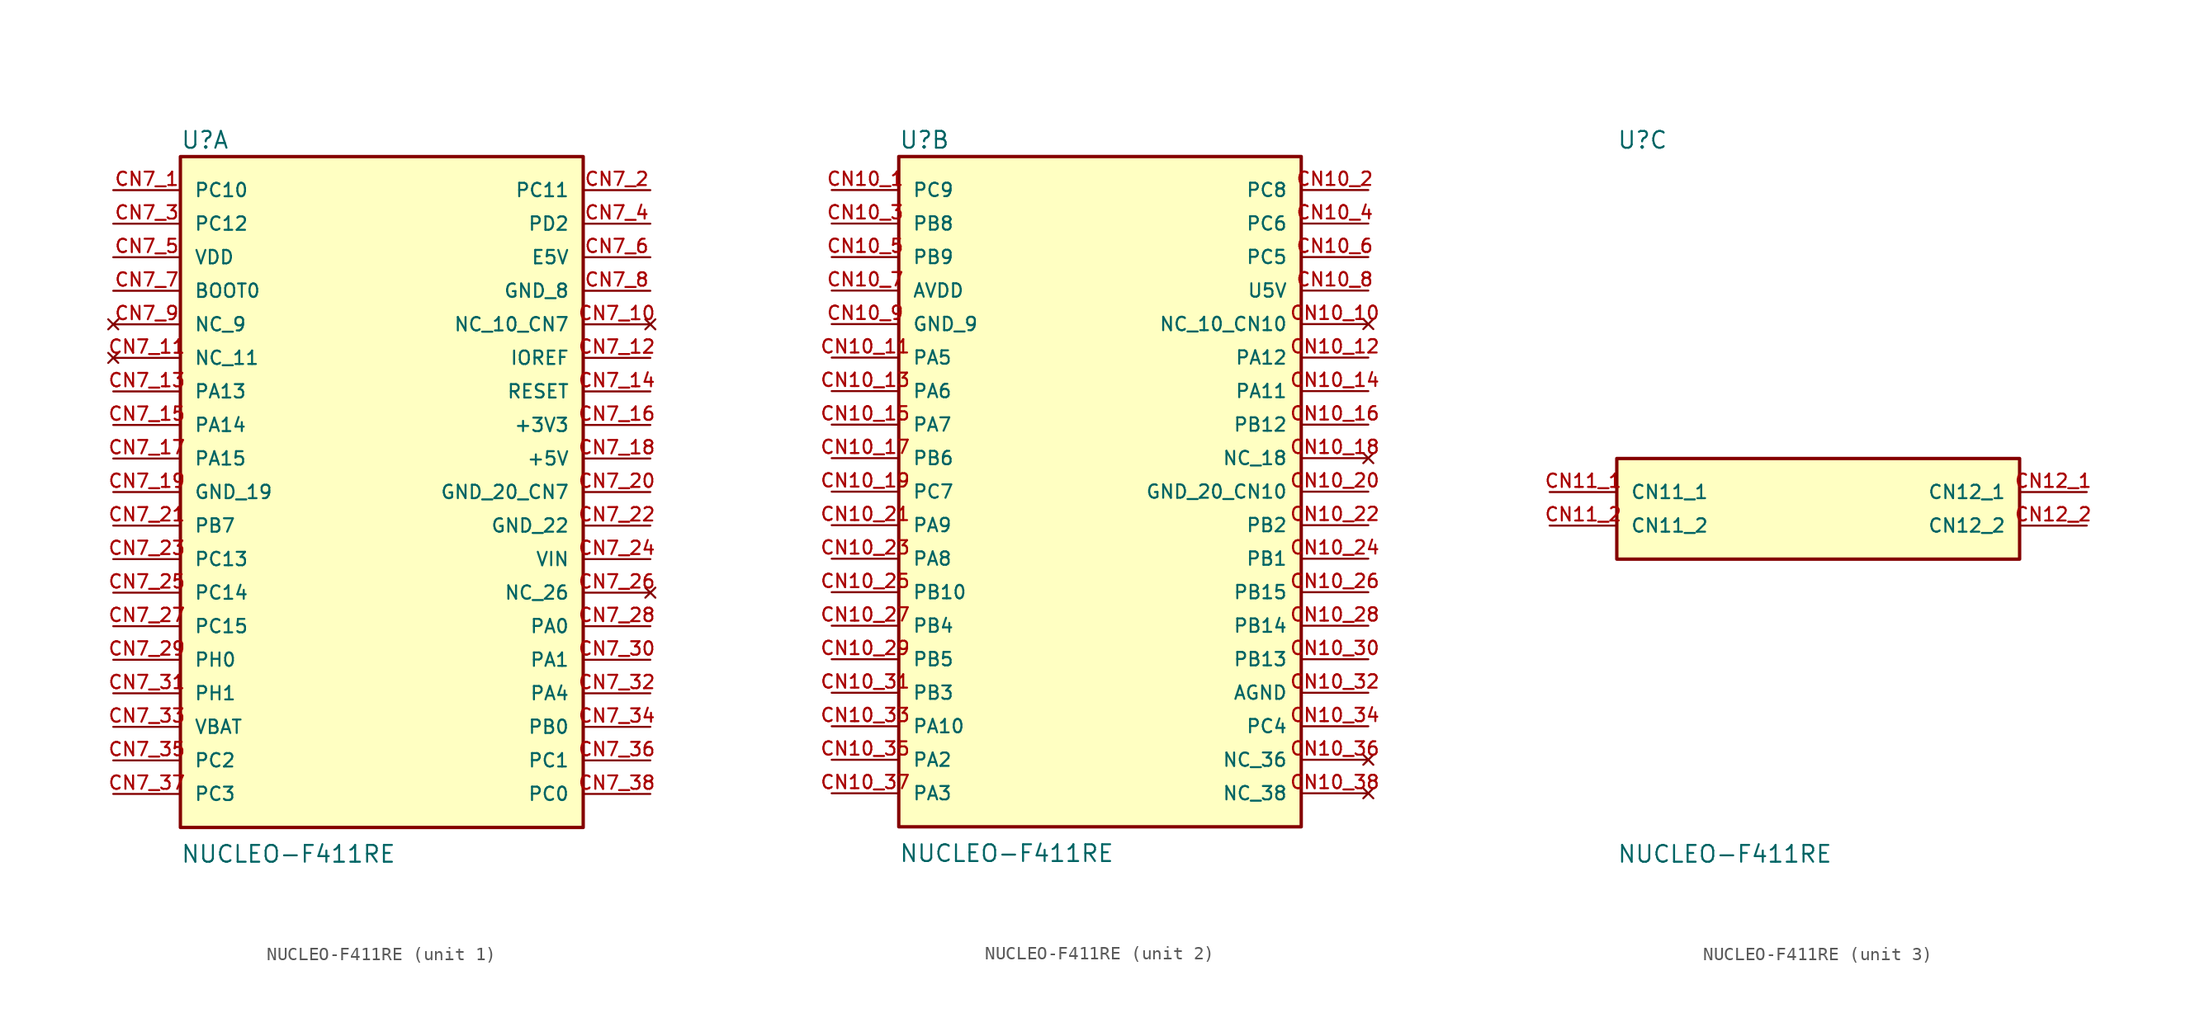
<source format=kicad_sym>
(kicad_symbol_lib
  (version 20211014)
  (generator kicad_symbol_editor)
  (symbol "NUCLEO-F411RE"
    (pin_names
      (offset 1.016))
    (property "Reference" "U"
      (at -15.24 25.908 0)
      (effects (font (size 1.27 1.27)) (justify bottom left)))
    (property "Value" "NUCLEO-F411RE"
      (at -15.24 -26.67 0.0)
      (effects (font (size 1.27 1.27)) (justify top left)))
    (symbol "NUCLEO-F411RE_1_0"
      (rectangle (start -15.24 -25.4) (end 15.24 25.4) (stroke (width 0.254)) (fill (type background)))
      (pin bidirectional line (at -20.32 22.86 0) (length 5.08) (name "PC10" (effects (font (size 1.016 1.016)))) (number "CN7_1" (effects (font (size 1.016 1.016)))))
      (pin bidirectional line (at 20.32 22.86 180.0) (length 5.08) (name "PC11" (effects (font (size 1.016 1.016)))) (number "CN7_2" (effects (font (size 1.016 1.016)))))
      (pin bidirectional line (at -20.32 20.32 0) (length 5.08) (name "PC12" (effects (font (size 1.016 1.016)))) (number "CN7_3" (effects (font (size 1.016 1.016)))))
      (pin bidirectional line (at 20.32 20.32 180.0) (length 5.08) (name "PD2" (effects (font (size 1.016 1.016)))) (number "CN7_4" (effects (font (size 1.016 1.016)))))
      (pin power_in line (at -20.32 17.78 0) (length 5.08) (name "VDD" (effects (font (size 1.016 1.016)))) (number "CN7_5" (effects (font (size 1.016 1.016)))))
      (pin power_in line (at 20.32 17.78 180.0) (length 5.08) (name "E5V" (effects (font (size 1.016 1.016)))) (number "CN7_6" (effects (font (size 1.016 1.016)))))
      (pin bidirectional line (at -20.32 15.24 0) (length 5.08) (name "BOOT0" (effects (font (size 1.016 1.016)))) (number "CN7_7" (effects (font (size 1.016 1.016)))))
      (pin power_in line (at 20.32 15.24 180.0) (length 5.08) (name "GND_8" (effects (font (size 1.016 1.016)))) (number "CN7_8" (effects (font (size 1.016 1.016)))))
      (pin no_connect line (at -20.32 12.7 0) (length 5.08) (name "NC_9" (effects (font (size 1.016 1.016)))) (number "CN7_9" (effects (font (size 1.016 1.016)))))
      (pin no_connect line (at 20.32 12.7 180.0) (length 5.08) (name "NC_10_CN7" (effects (font (size 1.016 1.016)))) (number "CN7_10" (effects (font (size 1.016 1.016)))))
      (pin no_connect line (at -20.32 10.16 0) (length 5.08) (name "NC_11" (effects (font (size 1.016 1.016)))) (number "CN7_11" (effects (font (size 1.016 1.016)))))
      (pin bidirectional line (at 20.32 10.16 180.0) (length 5.08) (name "IOREF" (effects (font (size 1.016 1.016)))) (number "CN7_12" (effects (font (size 1.016 1.016)))))
      (pin bidirectional line (at -20.32 7.62 0) (length 5.08) (name "PA13" (effects (font (size 1.016 1.016)))) (number "CN7_13" (effects (font (size 1.016 1.016)))))
      (pin bidirectional line (at 20.32 7.62 180.0) (length 5.08) (name "RESET" (effects (font (size 1.016 1.016)))) (number "CN7_14" (effects (font (size 1.016 1.016)))))
      (pin bidirectional line (at -20.32 5.08 0) (length 5.08) (name "PA14" (effects (font (size 1.016 1.016)))) (number "CN7_15" (effects (font (size 1.016 1.016)))))
      (pin power_in line (at 20.32 5.08 180.0) (length 5.08) (name "+3V3" (effects (font (size 1.016 1.016)))) (number "CN7_16" (effects (font (size 1.016 1.016)))))
      (pin bidirectional line (at -20.32 2.54 0) (length 5.08) (name "PA15" (effects (font (size 1.016 1.016)))) (number "CN7_17" (effects (font (size 1.016 1.016)))))
      (pin power_in line (at 20.32 2.54 180.0) (length 5.08) (name "+5V" (effects (font (size 1.016 1.016)))) (number "CN7_18" (effects (font (size 1.016 1.016)))))
      (pin power_in line (at -20.32 0.0 0) (length 5.08) (name "GND_19" (effects (font (size 1.016 1.016)))) (number "CN7_19" (effects (font (size 1.016 1.016)))))
      (pin power_in line (at 20.32 0.0 180.0) (length 5.08) (name "GND_20_CN7" (effects (font (size 1.016 1.016)))) (number "CN7_20" (effects (font (size 1.016 1.016)))))
      (pin bidirectional line (at -20.32 -2.54 0) (length 5.08) (name "PB7" (effects (font (size 1.016 1.016)))) (number "CN7_21" (effects (font (size 1.016 1.016)))))
      (pin power_in line (at 20.32 -2.54 180.0) (length 5.08) (name "GND_22" (effects (font (size 1.016 1.016)))) (number "CN7_22" (effects (font (size 1.016 1.016)))))
      (pin bidirectional line (at -20.32 -5.08 0) (length 5.08) (name "PC13" (effects (font (size 1.016 1.016)))) (number "CN7_23" (effects (font (size 1.016 1.016)))))
      (pin bidirectional line (at 20.32 -5.08 180.0) (length 5.08) (name "VIN" (effects (font (size 1.016 1.016)))) (number "CN7_24" (effects (font (size 1.016 1.016)))))
      (pin bidirectional line (at -20.32 -7.62 0) (length 5.08) (name "PC14" (effects (font (size 1.016 1.016)))) (number "CN7_25" (effects (font (size 1.016 1.016)))))
      (pin no_connect line (at 20.32 -7.62 180.0) (length 5.08) (name "NC_26" (effects (font (size 1.016 1.016)))) (number "CN7_26" (effects (font (size 1.016 1.016)))))
      (pin bidirectional line (at -20.32 -10.16 0) (length 5.08) (name "PC15" (effects (font (size 1.016 1.016)))) (number "CN7_27" (effects (font (size 1.016 1.016)))))
      (pin bidirectional line (at 20.32 -10.16 180.0) (length 5.08) (name "PA0" (effects (font (size 1.016 1.016)))) (number "CN7_28" (effects (font (size 1.016 1.016)))))
      (pin bidirectional line (at -20.32 -12.7 0) (length 5.08) (name "PH0" (effects (font (size 1.016 1.016)))) (number "CN7_29" (effects (font (size 1.016 1.016)))))
      (pin bidirectional line (at 20.32 -12.7 180.0) (length 5.08) (name "PA1" (effects (font (size 1.016 1.016)))) (number "CN7_30" (effects (font (size 1.016 1.016)))))
      (pin bidirectional line (at -20.32 -15.24 0) (length 5.08) (name "PH1" (effects (font (size 1.016 1.016)))) (number "CN7_31" (effects (font (size 1.016 1.016)))))
      (pin bidirectional line (at 20.32 -15.24 180.0) (length 5.08) (name "PA4" (effects (font (size 1.016 1.016)))) (number "CN7_32" (effects (font (size 1.016 1.016)))))
      (pin power_in line (at -20.32 -17.78 0) (length 5.08) (name "VBAT" (effects (font (size 1.016 1.016)))) (number "CN7_33" (effects (font (size 1.016 1.016)))))
      (pin bidirectional line (at 20.32 -17.78 180.0) (length 5.08) (name "PB0" (effects (font (size 1.016 1.016)))) (number "CN7_34" (effects (font (size 1.016 1.016)))))
      (pin bidirectional line (at -20.32 -20.32 0) (length 5.08) (name "PC2" (effects (font (size 1.016 1.016)))) (number "CN7_35" (effects (font (size 1.016 1.016)))))
      (pin bidirectional line (at 20.32 -20.32 180.0) (length 5.08) (name "PC1" (effects (font (size 1.016 1.016)))) (number "CN7_36" (effects (font (size 1.016 1.016)))))
      (pin bidirectional line (at -20.32 -22.86 0) (length 5.08) (name "PC3" (effects (font (size 1.016 1.016)))) (number "CN7_37" (effects (font (size 1.016 1.016)))))
      (pin bidirectional line (at 20.32 -22.86 180.0) (length 5.08) (name "PC0" (effects (font (size 1.016 1.016)))) (number "CN7_38" (effects (font (size 1.016 1.016))))))
    (symbol "NUCLEO-F411RE_2_0"
      (rectangle (start -15.24 -25.4) (end 15.24 25.4) (stroke (width 0.254)) (fill (type background)))
      (pin bidirectional line (at -20.32 22.86 0) (length 5.08) (name "PC9" (effects (font (size 1.016 1.016)))) (number "CN10_1" (effects (font (size 1.016 1.016)))))
      (pin bidirectional line (at 20.32 22.86 180.0) (length 5.08) (name "PC8" (effects (font (size 1.016 1.016)))) (number "CN10_2" (effects (font (size 1.016 1.016)))))
      (pin bidirectional line (at -20.32 20.32 0) (length 5.08) (name "PB8" (effects (font (size 1.016 1.016)))) (number "CN10_3" (effects (font (size 1.016 1.016)))))
      (pin bidirectional line (at 20.32 20.32 180.0) (length 5.08) (name "PC6" (effects (font (size 1.016 1.016)))) (number "CN10_4" (effects (font (size 1.016 1.016)))))
      (pin bidirectional line (at -20.32 17.78 0) (length 5.08) (name "PB9" (effects (font (size 1.016 1.016)))) (number "CN10_5" (effects (font (size 1.016 1.016)))))
      (pin bidirectional line (at 20.32 17.78 180.0) (length 5.08) (name "PC5" (effects (font (size 1.016 1.016)))) (number "CN10_6" (effects (font (size 1.016 1.016)))))
      (pin power_in line (at -20.32 15.24 0) (length 5.08) (name "AVDD" (effects (font (size 1.016 1.016)))) (number "CN10_7" (effects (font (size 1.016 1.016)))))
      (pin power_in line (at 20.32 15.24 180.0) (length 5.08) (name "U5V" (effects (font (size 1.016 1.016)))) (number "CN10_8" (effects (font (size 1.016 1.016)))))
      (pin power_in line (at -20.32 12.7 0) (length 5.08) (name "GND_9" (effects (font (size 1.016 1.016)))) (number "CN10_9" (effects (font (size 1.016 1.016)))))
      (pin bidirectional line (at -20.32 10.16 0) (length 5.08) (name "PA5" (effects (font (size 1.016 1.016)))) (number "CN10_11" (effects (font (size 1.016 1.016)))))
      (pin bidirectional line (at 20.32 10.16 180.0) (length 5.08) (name "PA12" (effects (font (size 1.016 1.016)))) (number "CN10_12" (effects (font (size 1.016 1.016)))))
      (pin bidirectional line (at -20.32 7.62 0) (length 5.08) (name "PA6" (effects (font (size 1.016 1.016)))) (number "CN10_13" (effects (font (size 1.016 1.016)))))
      (pin bidirectional line (at 20.32 7.62 180.0) (length 5.08) (name "PA11" (effects (font (size 1.016 1.016)))) (number "CN10_14" (effects (font (size 1.016 1.016)))))
      (pin bidirectional line (at -20.32 5.08 0) (length 5.08) (name "PA7" (effects (font (size 1.016 1.016)))) (number "CN10_15" (effects (font (size 1.016 1.016)))))
      (pin bidirectional line (at 20.32 5.08 180.0) (length 5.08) (name "PB12" (effects (font (size 1.016 1.016)))) (number "CN10_16" (effects (font (size 1.016 1.016)))))
      (pin bidirectional line (at -20.32 2.54 0) (length 5.08) (name "PB6" (effects (font (size 1.016 1.016)))) (number "CN10_17" (effects (font (size 1.016 1.016)))))
      (pin bidirectional line (at -20.32 0.0 0) (length 5.08) (name "PC7" (effects (font (size 1.016 1.016)))) (number "CN10_19" (effects (font (size 1.016 1.016)))))
      (pin bidirectional line (at -20.32 -2.54 0) (length 5.08) (name "PA9" (effects (font (size 1.016 1.016)))) (number "CN10_21" (effects (font (size 1.016 1.016)))))
      (pin bidirectional line (at 20.32 -2.54 180.0) (length 5.08) (name "PB2" (effects (font (size 1.016 1.016)))) (number "CN10_22" (effects (font (size 1.016 1.016)))))
      (pin bidirectional line (at -20.32 -5.08 0) (length 5.08) (name "PA8" (effects (font (size 1.016 1.016)))) (number "CN10_23" (effects (font (size 1.016 1.016)))))
      (pin bidirectional line (at 20.32 -5.08 180.0) (length 5.08) (name "PB1" (effects (font (size 1.016 1.016)))) (number "CN10_24" (effects (font (size 1.016 1.016)))))
      (pin bidirectional line (at -20.32 -7.62 0) (length 5.08) (name "PB10" (effects (font (size 1.016 1.016)))) (number "CN10_25" (effects (font (size 1.016 1.016)))))
      (pin bidirectional line (at 20.32 -7.62 180.0) (length 5.08) (name "PB15" (effects (font (size 1.016 1.016)))) (number "CN10_26" (effects (font (size 1.016 1.016)))))
      (pin bidirectional line (at -20.32 -10.16 0) (length 5.08) (name "PB4" (effects (font (size 1.016 1.016)))) (number "CN10_27" (effects (font (size 1.016 1.016)))))
      (pin bidirectional line (at 20.32 -10.16 180.0) (length 5.08) (name "PB14" (effects (font (size 1.016 1.016)))) (number "CN10_28" (effects (font (size 1.016 1.016)))))
      (pin bidirectional line (at -20.32 -12.7 0) (length 5.08) (name "PB5" (effects (font (size 1.016 1.016)))) (number "CN10_29" (effects (font (size 1.016 1.016)))))
      (pin bidirectional line (at 20.32 -12.7 180.0) (length 5.08) (name "PB13" (effects (font (size 1.016 1.016)))) (number "CN10_30" (effects (font (size 1.016 1.016)))))
      (pin bidirectional line (at -20.32 -15.24 0) (length 5.08) (name "PB3" (effects (font (size 1.016 1.016)))) (number "CN10_31" (effects (font (size 1.016 1.016)))))
      (pin power_in line (at 20.32 -15.24 180.0) (length 5.08) (name "AGND" (effects (font (size 1.016 1.016)))) (number "CN10_32" (effects (font (size 1.016 1.016)))))
      (pin bidirectional line (at -20.32 -17.78 0) (length 5.08) (name "PA10" (effects (font (size 1.016 1.016)))) (number "CN10_33" (effects (font (size 1.016 1.016)))))
      (pin bidirectional line (at 20.32 -17.78 180.0) (length 5.08) (name "PC4" (effects (font (size 1.016 1.016)))) (number "CN10_34" (effects (font (size 1.016 1.016)))))
      (pin bidirectional line (at -20.32 -20.32 0) (length 5.08) (name "PA2" (effects (font (size 1.016 1.016)))) (number "CN10_35" (effects (font (size 1.016 1.016)))))
      (pin bidirectional line (at -20.32 -22.86 0) (length 5.08) (name "PA3" (effects (font (size 1.016 1.016)))) (number "CN10_37" (effects (font (size 1.016 1.016)))))
      (pin no_connect line (at 20.32 12.7 180.0) (length 5.08) (name "NC_10_CN10" (effects (font (size 1.016 1.016)))) (number "CN10_10" (effects (font (size 1.016 1.016)))))
      (pin no_connect line (at 20.32 2.54 180.0) (length 5.08) (name "NC_18" (effects (font (size 1.016 1.016)))) (number "CN10_18" (effects (font (size 1.016 1.016)))))
      (pin power_in line (at 20.32 0.0 180.0) (length 5.08) (name "GND_20_CN10" (effects (font (size 1.016 1.016)))) (number "CN10_20" (effects (font (size 1.016 1.016)))))
      (pin no_connect line (at 20.32 -20.32 180.0) (length 5.08) (name "NC_36" (effects (font (size 1.016 1.016)))) (number "CN10_36" (effects (font (size 1.016 1.016)))))
      (pin no_connect line (at 20.32 -22.86 180.0) (length 5.08) (name "NC_38" (effects (font (size 1.016 1.016)))) (number "CN10_38" (effects (font (size 1.016 1.016))))))
    (symbol "NUCLEO-F411RE_3_0"
      (rectangle (start -15.24 -5.08) (end 15.24 2.54) (stroke (width 0.254)) (fill (type background)))
      (pin passive line (at -20.32 0.0 0) (length 5.08) (name "CN11_1" (effects (font (size 1.016 1.016)))) (number "CN11_1" (effects (font (size 1.016 1.016)))))
      (pin passive line (at -20.32 -2.54 0) (length 5.08) (name "CN11_2" (effects (font (size 1.016 1.016)))) (number "CN11_2" (effects (font (size 1.016 1.016)))))
      (pin passive line (at 20.32 0.0 180.0) (length 5.08) (name "CN12_1" (effects (font (size 1.016 1.016)))) (number "CN12_1" (effects (font (size 1.016 1.016)))))
      (pin passive line (at 20.32 -2.54 180.0) (length 5.08) (name "CN12_2" (effects (font (size 1.016 1.016)))) (number "CN12_2" (effects (font (size 1.016 1.016))))))))
</source>
